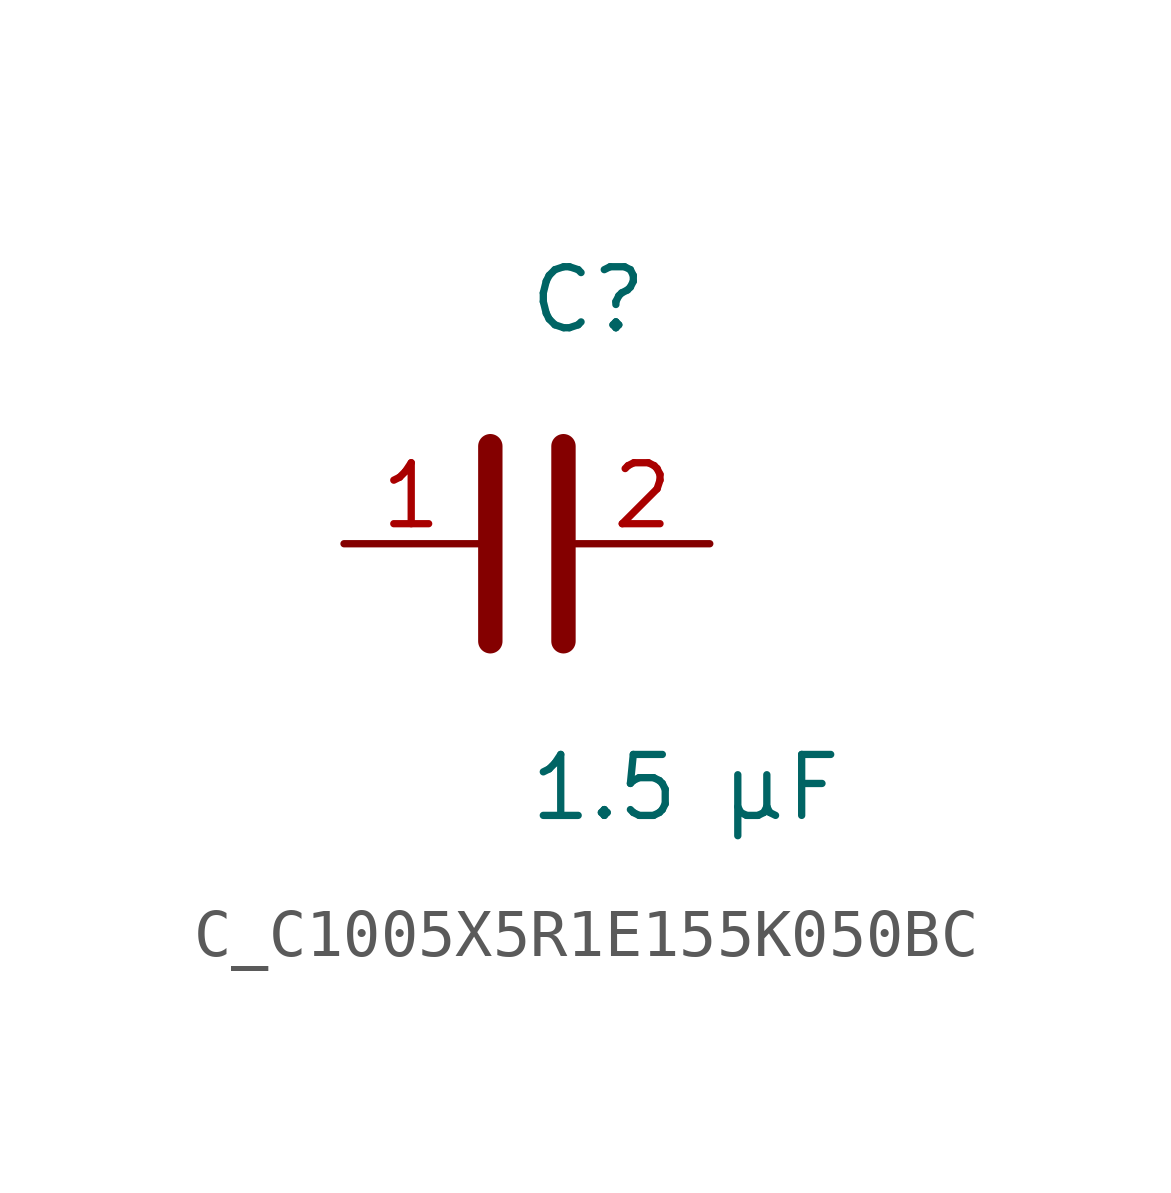
<source format=kicad_sym>
(kicad_symbol_lib
  (version 20231120)
  (generator kicad_symbol_editor)
  (generator_version 8.0)
  (symbol "C_C1005X5R1E155K050BC"
    (pin_names
      (offset 0.254))
    (property "Reference" "C"
      (at 0 5.08 0)
      (effects (font (size 1.27 1.27)) (justify left)))
    (property "Value" "1.5 µF"
      (at 0 -5.08 0)
      (effects (font (size 1.27 1.27)) (justify left)))
    (symbol "C_C1005X5R1E155K050BC_0_1"
      (polyline (pts (xy -0.762 -2.032) (xy -0.762 2.032)) (stroke (width 0.508) (type default)) (fill (type none)))
      (polyline (pts (xy 0.762 -2.032) (xy 0.762 2.032)) (stroke (width 0.508) (type default)) (fill (type none))))
    (pin passive line
      (at -3.81 0 0)
      (length 2.8)
      (name "" (effects (font (size 1.27 1.27))))
      (number "1" (effects (font (size 1.27 1.27)))))
    (pin passive line
      (at 3.81 0 180)
      (length 2.8)
      (name "" (effects (font (size 1.27 1.27))))
      (number "2" (effects (font (size 1.27 1.27)))))))
</source>
